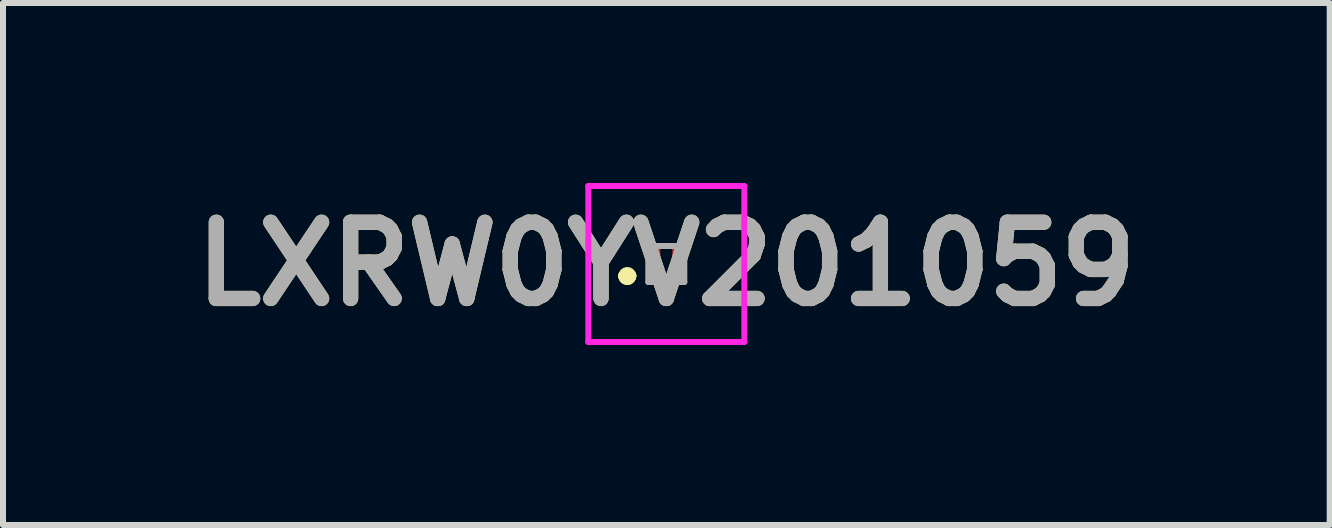
<source format=kicad_pcb>
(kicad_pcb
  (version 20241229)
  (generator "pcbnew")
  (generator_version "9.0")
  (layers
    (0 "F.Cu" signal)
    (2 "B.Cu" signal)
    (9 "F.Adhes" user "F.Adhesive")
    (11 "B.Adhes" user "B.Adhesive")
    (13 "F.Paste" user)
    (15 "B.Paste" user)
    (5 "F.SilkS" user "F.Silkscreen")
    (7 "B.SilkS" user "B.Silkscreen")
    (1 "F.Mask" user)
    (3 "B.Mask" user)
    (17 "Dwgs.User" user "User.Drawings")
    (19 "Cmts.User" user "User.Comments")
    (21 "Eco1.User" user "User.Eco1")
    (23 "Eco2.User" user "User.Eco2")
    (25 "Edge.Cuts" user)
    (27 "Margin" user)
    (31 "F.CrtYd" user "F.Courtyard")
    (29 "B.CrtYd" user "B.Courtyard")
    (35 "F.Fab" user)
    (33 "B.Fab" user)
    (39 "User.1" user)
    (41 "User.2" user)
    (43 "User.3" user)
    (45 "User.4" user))
  (footprint "LXRW0YV201059"
    (layer "F.Cu")
    (at 8.055 1.35)
    (property "Reference" "LXRW0YV201059" (at 0 0 0) (layer "F.SilkS") (effects (font (size 1.27 1.27) (thickness 0.254))))
    (attr smd)
    (fp_line (start -0.7 0.2) (end -0.7 0.2) (stroke (width 0.2) (type solid)) (layer "F.SilkS"))
    (fp_line (start -0.7 0.2) (end -0.7 0.2) (stroke (width 0.2) (type solid)) (layer "F.SilkS"))
    (fp_line (start -0.6 0.2) (end -0.6 0.2) (stroke (width 0.2) (type solid)) (layer "F.SilkS"))
    (fp_arc (start -0.7 0.2) (mid -0.65 0.15) (end -0.6 0.2) (stroke (width 0.2) (type solid)) (layer "F.SilkS"))
    (fp_arc (start -0.6 0.2) (mid -0.65 0.25) (end -0.7 0.2) (stroke (width 0.2) (type solid)) (layer "F.SilkS"))
    (fp_arc (start -0.6 0.2) (mid -0.65 0.25) (end -0.7 0.2) (stroke (width 0.2) (type solid)) (layer "F.SilkS"))
    (fp_line (start -1.3 -1.3) (end 1.3 -1.3) (stroke (width 0.1) (type solid)) (layer "F.CrtYd"))
    (fp_line (start -1.3 1.3) (end -1.3 -1.3) (stroke (width 0.1) (type solid)) (layer "F.CrtYd"))
    (fp_line (start 1.3 -1.3) (end 1.3 1.3) (stroke (width 0.1) (type solid)) (layer "F.CrtYd"))
    (fp_line (start 1.3 1.3) (end -1.3 1.3) (stroke (width 0.1) (type solid)) (layer "F.CrtYd"))
    (fp_line (start -0.3 -0.3) (end -0.3 0.3) (stroke (width 0.1) (type solid)) (layer "F.Fab"))
    (fp_line (start -0.3 0.3) (end 0.3 0.3) (stroke (width 0.1) (type solid)) (layer "F.Fab"))
    (fp_line (start 0.3 -0.3) (end -0.3 -0.3) (stroke (width 0.1) (type solid)) (layer "F.Fab"))
    (fp_line (start 0.3 0.3) (end 0.3 -0.3) (stroke (width 0.1) (type solid)) (layer "F.Fab"))
    (fp_text user "${REFERENCE}" (at 0 0 0) (layer "F.Fab") (effects (font (size 1.27 1.27) (thickness 0.254))))
    (pad "1" smd rect (at -0.2 0.2 90) (size 0.2 0.2) (layers "F.Cu" "F.Mask" "F.Paste"))
    (pad "2" smd rect (at -0.2 -0.2 90) (size 0.2 0.2) (layers "F.Cu" "F.Mask" "F.Paste"))
    (pad "3" smd rect (at 0.2 -0.2 90) (size 0.2 0.2) (layers "F.Cu" "F.Mask" "F.Paste"))
    (pad "4" smd rect (at 0.2 0.2 90) (size 0.2 0.2) (layers "F.Cu" "F.Mask" "F.Paste")))
  (gr_rect
    (start -3 -3)
    (end 19.111 5.7)
    (stroke (width 0.1) (type default))
    (fill no)
    (layer "Edge.Cuts")))
</source>
